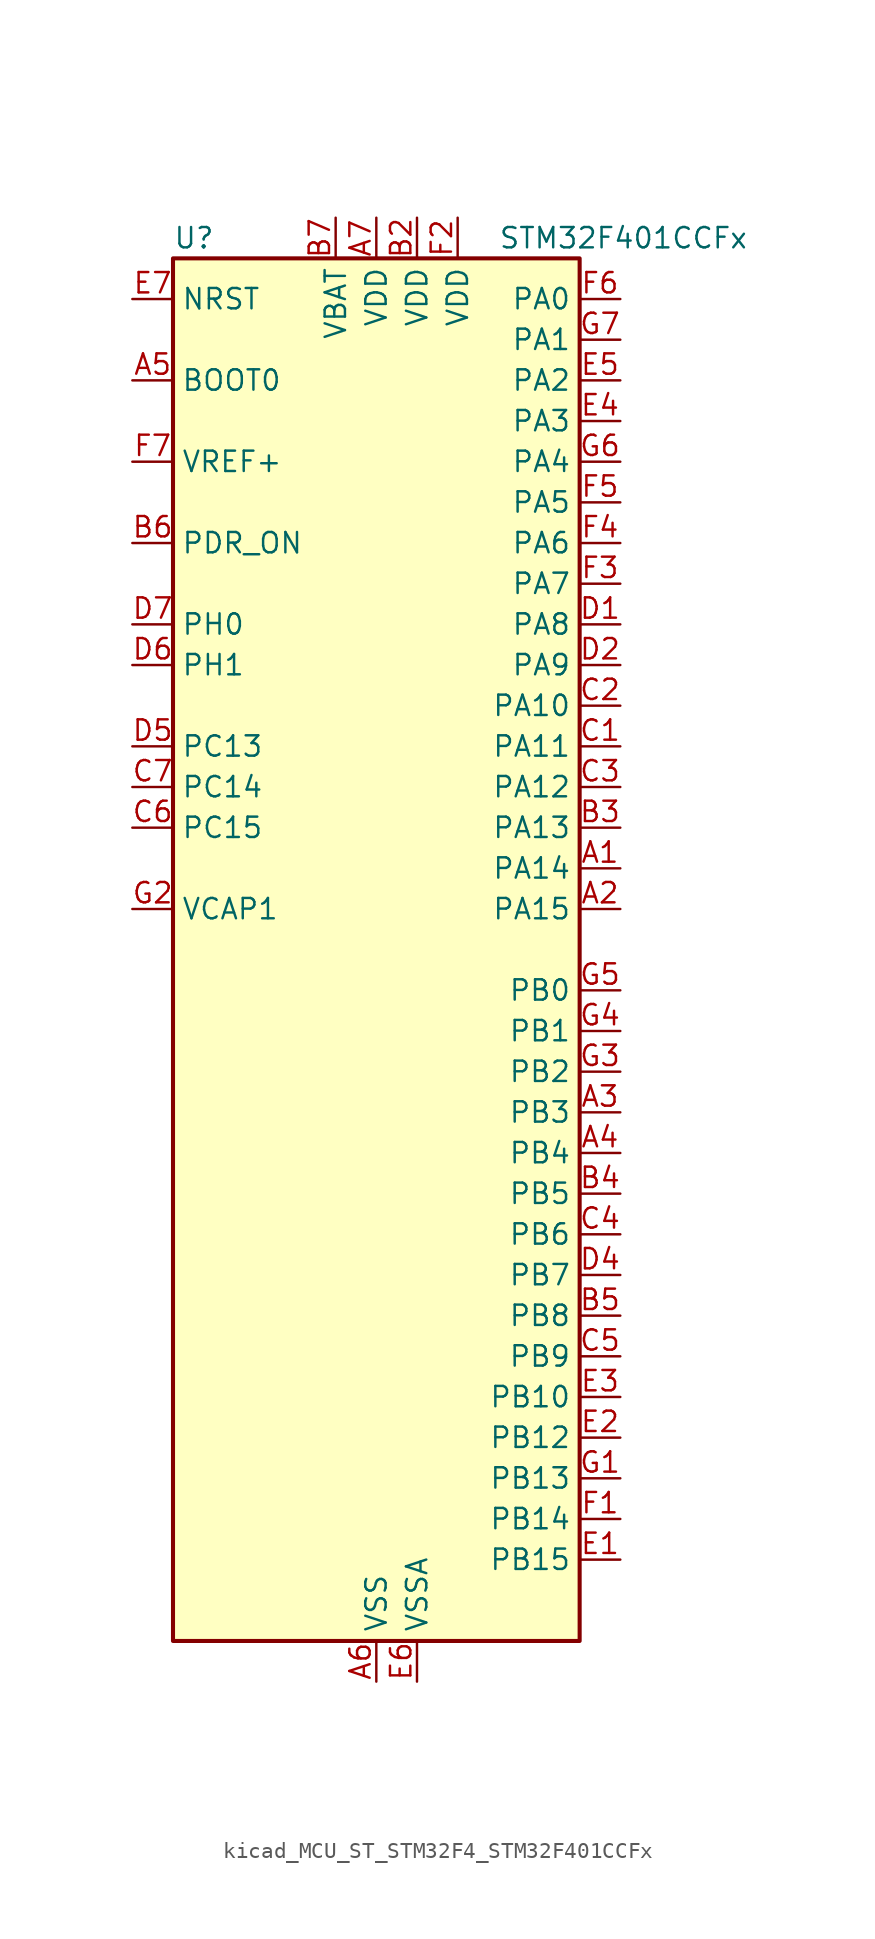
<source format=kicad_sym>
(kicad_symbol_lib
  (version 20220914)
  (generator kicad_symbol_editor)
  (symbol "kicad_MCU_ST_STM32F4_STM32F401CCFx"
    (property "Reference" "U"
      (at -12.7 44.45 0)
      (effects (font (size 1.27 1.27)) (justify left)))
    (property "Value" "STM32F401CCFx"
      (at 7.62 44.45 0)
      (effects (font (size 1.27 1.27)) (justify left)))
    (property "ki_locked" ""
      (at 0 0 0)
      (effects (font (size 1.27 1.27))))
    (symbol "kicad_MCU_ST_STM32F4_STM32F401CCFx_0_1"
      (rectangle (start -12.7 -43.18) (end 12.7 43.18) (stroke (width 0.254) (type default)) (fill (type background))))
    (symbol "kicad_MCU_ST_STM32F4_STM32F401CCFx_1_1"
      (pin bidirectional line (at 15.24 5.08 180) (length 2.54) (name "PA14" (effects (font (size 1.27 1.27)))) (number "A1" (effects (font (size 1.27 1.27)))) (alternate "SYS_JTCK-SWCLK" bidirectional line))
      (pin bidirectional line (at 15.24 2.54 180) (length 2.54) (name "PA15" (effects (font (size 1.27 1.27)))) (number "A2" (effects (font (size 1.27 1.27)))) (alternate "ADC1_EXTI15" bidirectional line) (alternate "I2S3_WS" bidirectional line) (alternate "SPI1_NSS" bidirectional line) (alternate "SPI3_NSS" bidirectional line) (alternate "SYS_JTDI" bidirectional line) (alternate "TIM2_CH1" bidirectional line) (alternate "TIM2_ETR" bidirectional line))
      (pin bidirectional line (at 15.24 -10.16 180) (length 2.54) (name "PB3" (effects (font (size 1.27 1.27)))) (number "A3" (effects (font (size 1.27 1.27)))) (alternate "I2C2_SDA" bidirectional line) (alternate "I2S3_CK" bidirectional line) (alternate "SPI1_SCK" bidirectional line) (alternate "SPI3_SCK" bidirectional line) (alternate "SYS_JTDO-SWO" bidirectional line) (alternate "TIM2_CH2" bidirectional line))
      (pin bidirectional line (at 15.24 -12.7 180) (length 2.54) (name "PB4" (effects (font (size 1.27 1.27)))) (number "A4" (effects (font (size 1.27 1.27)))) (alternate "I2C3_SDA" bidirectional line) (alternate "I2S3_ext_SD" bidirectional line) (alternate "SPI1_MISO" bidirectional line) (alternate "SPI3_MISO" bidirectional line) (alternate "SYS_JTRST" bidirectional line) (alternate "TIM3_CH1" bidirectional line))
      (pin input line (at -15.24 35.56 0) (length 2.54) (name "BOOT0" (effects (font (size 1.27 1.27)))) (number "A5" (effects (font (size 1.27 1.27)))))
      (pin power_in line (at 0 -45.72 90) (length 2.54) (name "VSS" (effects (font (size 1.27 1.27)))) (number "A6" (effects (font (size 1.27 1.27)))))
      (pin power_in line (at 0 45.72 270) (length 2.54) (name "VDD" (effects (font (size 1.27 1.27)))) (number "A7" (effects (font (size 1.27 1.27)))))
      (pin passive line (at 0 -45.72 90) (length 2.54) hide (name "VSS" (effects (font (size 1.27 1.27)))) (number "B1" (effects (font (size 1.27 1.27)))))
      (pin power_in line (at 2.54 45.72 270) (length 2.54) (name "VDD" (effects (font (size 1.27 1.27)))) (number "B2" (effects (font (size 1.27 1.27)))))
      (pin bidirectional line (at 15.24 7.62 180) (length 2.54) (name "PA13" (effects (font (size 1.27 1.27)))) (number "B3" (effects (font (size 1.27 1.27)))) (alternate "SYS_JTMS-SWDIO" bidirectional line))
      (pin bidirectional line (at 15.24 -15.24 180) (length 2.54) (name "PB5" (effects (font (size 1.27 1.27)))) (number "B4" (effects (font (size 1.27 1.27)))) (alternate "I2C1_SMBA" bidirectional line) (alternate "I2S3_SD" bidirectional line) (alternate "SPI1_MOSI" bidirectional line) (alternate "SPI3_MOSI" bidirectional line) (alternate "TIM3_CH2" bidirectional line))
      (pin bidirectional line (at 15.24 -22.86 180) (length 2.54) (name "PB8" (effects (font (size 1.27 1.27)))) (number "B5" (effects (font (size 1.27 1.27)))) (alternate "I2C1_SCL" bidirectional line) (alternate "TIM10_CH1" bidirectional line) (alternate "TIM4_CH3" bidirectional line))
      (pin input line (at -15.24 25.4 0) (length 2.54) (name "PDR_ON" (effects (font (size 1.27 1.27)))) (number "B6" (effects (font (size 1.27 1.27)))))
      (pin power_in line (at -2.54 45.72 270) (length 2.54) (name "VBAT" (effects (font (size 1.27 1.27)))) (number "B7" (effects (font (size 1.27 1.27)))))
      (pin bidirectional line (at 15.24 12.7 180) (length 2.54) (name "PA11" (effects (font (size 1.27 1.27)))) (number "C1" (effects (font (size 1.27 1.27)))) (alternate "ADC1_EXTI11" bidirectional line) (alternate "TIM1_CH4" bidirectional line) (alternate "USART1_CTS" bidirectional line) (alternate "USART6_TX" bidirectional line) (alternate "USB_OTG_FS_DM" bidirectional line))
      (pin bidirectional line (at 15.24 15.24 180) (length 2.54) (name "PA10" (effects (font (size 1.27 1.27)))) (number "C2" (effects (font (size 1.27 1.27)))) (alternate "TIM1_CH3" bidirectional line) (alternate "USART1_RX" bidirectional line) (alternate "USB_OTG_FS_ID" bidirectional line))
      (pin bidirectional line (at 15.24 10.16 180) (length 2.54) (name "PA12" (effects (font (size 1.27 1.27)))) (number "C3" (effects (font (size 1.27 1.27)))) (alternate "TIM1_ETR" bidirectional line) (alternate "USART1_RTS" bidirectional line) (alternate "USART6_RX" bidirectional line) (alternate "USB_OTG_FS_DP" bidirectional line))
      (pin bidirectional line (at 15.24 -17.78 180) (length 2.54) (name "PB6" (effects (font (size 1.27 1.27)))) (number "C4" (effects (font (size 1.27 1.27)))) (alternate "I2C1_SCL" bidirectional line) (alternate "TIM4_CH1" bidirectional line) (alternate "USART1_TX" bidirectional line))
      (pin bidirectional line (at 15.24 -25.4 180) (length 2.54) (name "PB9" (effects (font (size 1.27 1.27)))) (number "C5" (effects (font (size 1.27 1.27)))) (alternate "I2C1_SDA" bidirectional line) (alternate "I2S2_WS" bidirectional line) (alternate "SPI2_NSS" bidirectional line) (alternate "TIM11_CH1" bidirectional line) (alternate "TIM4_CH4" bidirectional line))
      (pin bidirectional line (at -15.24 7.62 0) (length 2.54) (name "PC15" (effects (font (size 1.27 1.27)))) (number "C6" (effects (font (size 1.27 1.27)))) (alternate "ADC1_EXTI15" bidirectional line) (alternate "RCC_OSC32_OUT" bidirectional line))
      (pin bidirectional line (at -15.24 10.16 0) (length 2.54) (name "PC14" (effects (font (size 1.27 1.27)))) (number "C7" (effects (font (size 1.27 1.27)))) (alternate "RCC_OSC32_IN" bidirectional line))
      (pin bidirectional line (at 15.24 20.32 180) (length 2.54) (name "PA8" (effects (font (size 1.27 1.27)))) (number "D1" (effects (font (size 1.27 1.27)))) (alternate "I2C3_SCL" bidirectional line) (alternate "RCC_MCO_1" bidirectional line) (alternate "TIM1_CH1" bidirectional line) (alternate "USART1_CK" bidirectional line) (alternate "USB_OTG_FS_SOF" bidirectional line))
      (pin bidirectional line (at 15.24 17.78 180) (length 2.54) (name "PA9" (effects (font (size 1.27 1.27)))) (number "D2" (effects (font (size 1.27 1.27)))) (alternate "I2C3_SMBA" bidirectional line) (alternate "TIM1_CH2" bidirectional line) (alternate "USART1_TX" bidirectional line) (alternate "USB_OTG_FS_VBUS" bidirectional line))
      (pin passive line (at 0 -45.72 90) (length 2.54) hide (name "VSS" (effects (font (size 1.27 1.27)))) (number "D3" (effects (font (size 1.27 1.27)))))
      (pin bidirectional line (at 15.24 -20.32 180) (length 2.54) (name "PB7" (effects (font (size 1.27 1.27)))) (number "D4" (effects (font (size 1.27 1.27)))) (alternate "I2C1_SDA" bidirectional line) (alternate "TIM4_CH2" bidirectional line) (alternate "USART1_RX" bidirectional line))
      (pin bidirectional line (at -15.24 12.7 0) (length 2.54) (name "PC13" (effects (font (size 1.27 1.27)))) (number "D5" (effects (font (size 1.27 1.27)))) (alternate "RTC_AF1" bidirectional line))
      (pin bidirectional line (at -15.24 17.78 0) (length 2.54) (name "PH1" (effects (font (size 1.27 1.27)))) (number "D6" (effects (font (size 1.27 1.27)))) (alternate "RCC_OSC_OUT" bidirectional line))
      (pin bidirectional line (at -15.24 20.32 0) (length 2.54) (name "PH0" (effects (font (size 1.27 1.27)))) (number "D7" (effects (font (size 1.27 1.27)))) (alternate "RCC_OSC_IN" bidirectional line))
      (pin bidirectional line (at 15.24 -38.1 180) (length 2.54) (name "PB15" (effects (font (size 1.27 1.27)))) (number "E1" (effects (font (size 1.27 1.27)))) (alternate "ADC1_EXTI15" bidirectional line) (alternate "I2S2_SD" bidirectional line) (alternate "RTC_REFIN" bidirectional line) (alternate "SPI2_MOSI" bidirectional line) (alternate "TIM1_CH3N" bidirectional line))
      (pin bidirectional line (at 15.24 -30.48 180) (length 2.54) (name "PB12" (effects (font (size 1.27 1.27)))) (number "E2" (effects (font (size 1.27 1.27)))) (alternate "I2C2_SMBA" bidirectional line) (alternate "I2S2_WS" bidirectional line) (alternate "SPI2_NSS" bidirectional line) (alternate "TIM1_BKIN" bidirectional line))
      (pin bidirectional line (at 15.24 -27.94 180) (length 2.54) (name "PB10" (effects (font (size 1.27 1.27)))) (number "E3" (effects (font (size 1.27 1.27)))) (alternate "I2C2_SCL" bidirectional line) (alternate "I2S2_CK" bidirectional line) (alternate "SPI2_SCK" bidirectional line) (alternate "TIM2_CH3" bidirectional line))
      (pin bidirectional line (at 15.24 33.02 180) (length 2.54) (name "PA3" (effects (font (size 1.27 1.27)))) (number "E4" (effects (font (size 1.27 1.27)))) (alternate "ADC1_IN3" bidirectional line) (alternate "TIM2_CH4" bidirectional line) (alternate "TIM5_CH4" bidirectional line) (alternate "TIM9_CH2" bidirectional line) (alternate "USART2_RX" bidirectional line))
      (pin bidirectional line (at 15.24 35.56 180) (length 2.54) (name "PA2" (effects (font (size 1.27 1.27)))) (number "E5" (effects (font (size 1.27 1.27)))) (alternate "ADC1_IN2" bidirectional line) (alternate "TIM2_CH3" bidirectional line) (alternate "TIM5_CH3" bidirectional line) (alternate "TIM9_CH1" bidirectional line) (alternate "USART2_TX" bidirectional line))
      (pin power_in line (at 2.54 -45.72 90) (length 2.54) (name "VSSA" (effects (font (size 1.27 1.27)))) (number "E6" (effects (font (size 1.27 1.27)))))
      (pin input line (at -15.24 40.64 0) (length 2.54) (name "NRST" (effects (font (size 1.27 1.27)))) (number "E7" (effects (font (size 1.27 1.27)))))
      (pin bidirectional line (at 15.24 -35.56 180) (length 2.54) (name "PB14" (effects (font (size 1.27 1.27)))) (number "F1" (effects (font (size 1.27 1.27)))) (alternate "I2S2_ext_SD" bidirectional line) (alternate "SPI2_MISO" bidirectional line) (alternate "TIM1_CH2N" bidirectional line))
      (pin power_in line (at 5.08 45.72 270) (length 2.54) (name "VDD" (effects (font (size 1.27 1.27)))) (number "F2" (effects (font (size 1.27 1.27)))))
      (pin bidirectional line (at 15.24 22.86 180) (length 2.54) (name "PA7" (effects (font (size 1.27 1.27)))) (number "F3" (effects (font (size 1.27 1.27)))) (alternate "ADC1_IN7" bidirectional line) (alternate "SPI1_MOSI" bidirectional line) (alternate "TIM1_CH1N" bidirectional line) (alternate "TIM3_CH2" bidirectional line))
      (pin bidirectional line (at 15.24 25.4 180) (length 2.54) (name "PA6" (effects (font (size 1.27 1.27)))) (number "F4" (effects (font (size 1.27 1.27)))) (alternate "ADC1_IN6" bidirectional line) (alternate "SPI1_MISO" bidirectional line) (alternate "TIM1_BKIN" bidirectional line) (alternate "TIM3_CH1" bidirectional line))
      (pin bidirectional line (at 15.24 27.94 180) (length 2.54) (name "PA5" (effects (font (size 1.27 1.27)))) (number "F5" (effects (font (size 1.27 1.27)))) (alternate "ADC1_IN5" bidirectional line) (alternate "SPI1_SCK" bidirectional line) (alternate "TIM2_CH1" bidirectional line) (alternate "TIM2_ETR" bidirectional line))
      (pin bidirectional line (at 15.24 40.64 180) (length 2.54) (name "PA0" (effects (font (size 1.27 1.27)))) (number "F6" (effects (font (size 1.27 1.27)))) (alternate "ADC1_IN0" bidirectional line) (alternate "SYS_WKUP" bidirectional line) (alternate "TIM2_CH1" bidirectional line) (alternate "TIM2_ETR" bidirectional line) (alternate "TIM5_CH1" bidirectional line) (alternate "USART2_CTS" bidirectional line))
      (pin input line (at -15.24 30.48 0) (length 2.54) (name "VREF+" (effects (font (size 1.27 1.27)))) (number "F7" (effects (font (size 1.27 1.27)))))
      (pin bidirectional line (at 15.24 -33.02 180) (length 2.54) (name "PB13" (effects (font (size 1.27 1.27)))) (number "G1" (effects (font (size 1.27 1.27)))) (alternate "I2S2_CK" bidirectional line) (alternate "SPI2_SCK" bidirectional line) (alternate "TIM1_CH1N" bidirectional line))
      (pin power_out line (at -15.24 2.54 0) (length 2.54) (name "VCAP1" (effects (font (size 1.27 1.27)))) (number "G2" (effects (font (size 1.27 1.27)))))
      (pin bidirectional line (at 15.24 -7.62 180) (length 2.54) (name "PB2" (effects (font (size 1.27 1.27)))) (number "G3" (effects (font (size 1.27 1.27)))))
      (pin bidirectional line (at 15.24 -5.08 180) (length 2.54) (name "PB1" (effects (font (size 1.27 1.27)))) (number "G4" (effects (font (size 1.27 1.27)))) (alternate "ADC1_IN9" bidirectional line) (alternate "TIM1_CH3N" bidirectional line) (alternate "TIM3_CH4" bidirectional line))
      (pin bidirectional line (at 15.24 -2.54 180) (length 2.54) (name "PB0" (effects (font (size 1.27 1.27)))) (number "G5" (effects (font (size 1.27 1.27)))) (alternate "ADC1_IN8" bidirectional line) (alternate "TIM1_CH2N" bidirectional line) (alternate "TIM3_CH3" bidirectional line))
      (pin bidirectional line (at 15.24 30.48 180) (length 2.54) (name "PA4" (effects (font (size 1.27 1.27)))) (number "G6" (effects (font (size 1.27 1.27)))) (alternate "ADC1_IN4" bidirectional line) (alternate "I2S3_WS" bidirectional line) (alternate "SPI1_NSS" bidirectional line) (alternate "SPI3_NSS" bidirectional line) (alternate "USART2_CK" bidirectional line))
      (pin bidirectional line (at 15.24 38.1 180) (length 2.54) (name "PA1" (effects (font (size 1.27 1.27)))) (number "G7" (effects (font (size 1.27 1.27)))) (alternate "ADC1_IN1" bidirectional line) (alternate "TIM2_CH2" bidirectional line) (alternate "TIM5_CH2" bidirectional line) (alternate "USART2_RTS" bidirectional line)))))
</source>
